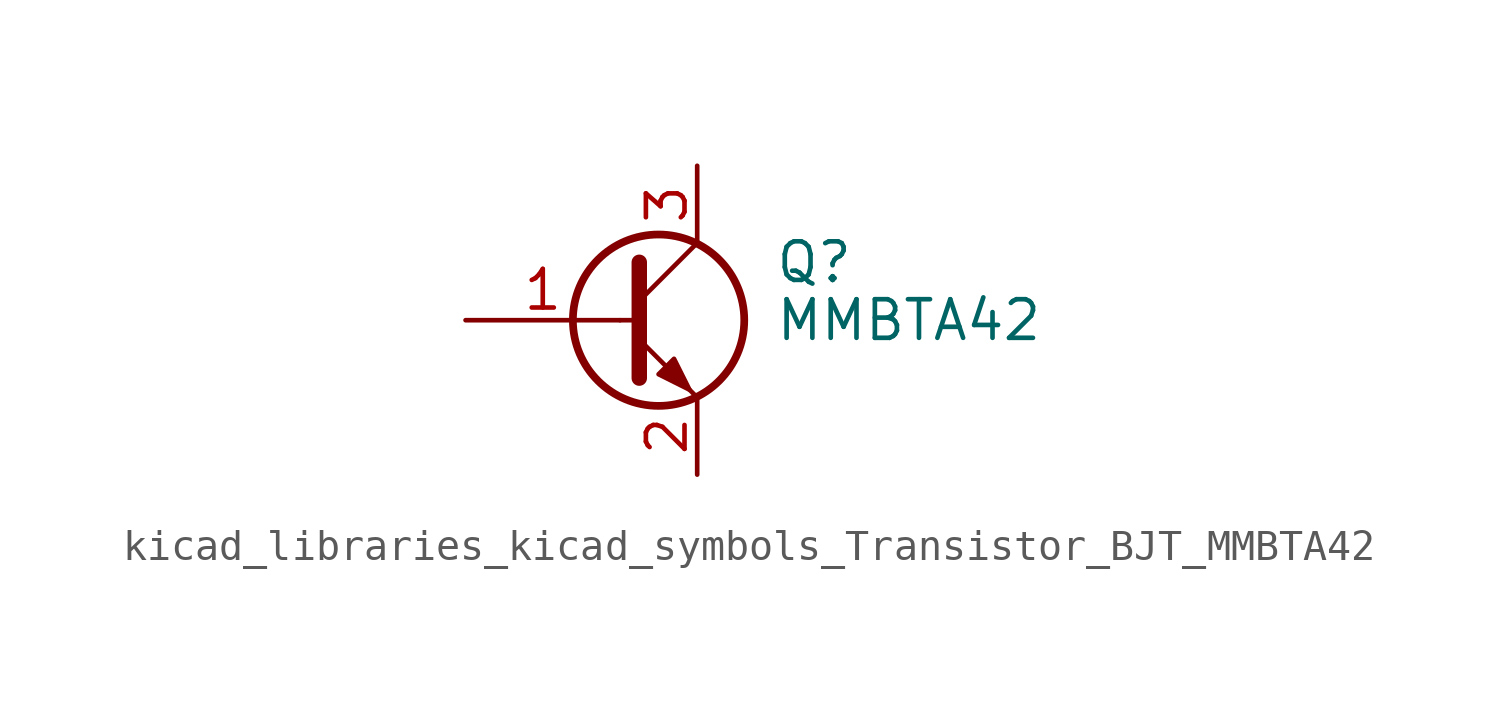
<source format=kicad_sym>
(kicad_symbol_lib
  (version 20220914)
  (generator kicad_symbol_editor)
  (symbol "kicad_libraries_kicad_symbols_Transistor_BJT_MMBTA42"
    (pin_names
      (offset 0) hide)
    (property "Reference" "Q"
      (at 5.08 1.905 0)
      (effects (font (size 1.27 1.27)) (justify left)))
    (property "Value" "MMBTA42"
      (at 5.08 0 0)
      (effects (font (size 1.27 1.27)) (justify left)))
    (symbol "kicad_libraries_kicad_symbols_Transistor_BJT_MMBTA42_0_1"
      (polyline (pts (xy 0 0) (xy 0.635 0)) (stroke (width 0) (type default)) (fill (type none)))
      (polyline (pts (xy 0.635 0.635) (xy 2.54 2.54)) (stroke (width 0) (type default)) (fill (type none)))
      (polyline (pts (xy 0.635 -0.635) (xy 2.54 -2.54) (xy 2.54 -2.54)) (stroke (width 0) (type default)) (fill (type none)))
      (polyline (pts (xy 0.635 1.905) (xy 0.635 -1.905) (xy 0.635 -1.905)) (stroke (width 0.508) (type default)) (fill (type none)))
      (polyline (pts (xy 1.27 -1.778) (xy 1.778 -1.27) (xy 2.286 -2.286) (xy 1.27 -1.778) (xy 1.27 -1.778)) (stroke (width 0) (type default)) (fill (type outline)))
      (circle (center 1.27 0) (radius 2.819) (stroke (width 0.254) (type default)) (fill (type none))))
    (symbol "kicad_libraries_kicad_symbols_Transistor_BJT_MMBTA42_1_1"
      (pin input line (at -5.08 0 0) (length 5.08) (name "B" (effects (font (size 1.27 1.27)))) (number "1" (effects (font (size 1.27 1.27)))))
      (pin passive line (at 2.54 -5.08 90) (length 2.54) (name "E" (effects (font (size 1.27 1.27)))) (number "2" (effects (font (size 1.27 1.27)))))
      (pin passive line (at 2.54 5.08 270) (length 2.54) (name "C" (effects (font (size 1.27 1.27)))) (number "3" (effects (font (size 1.27 1.27))))))))
</source>
